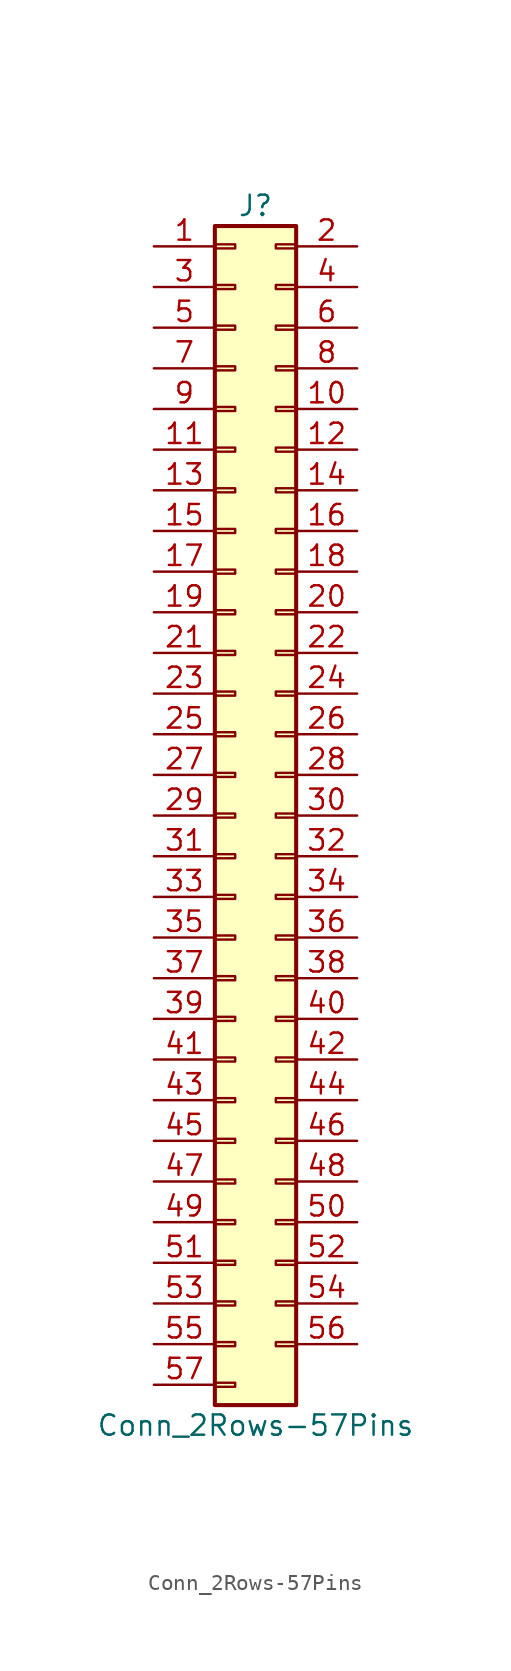
<source format=kicad_sym>
(kicad_symbol_lib
  (version 20200908)
  (generator kicad_symbol_editor)
  (symbol "Connector_Generic:Conn_2Rows-57Pins"
    (pin_names
      (offset 1.016) hide)
    (property "Reference" "J"
      (at 1.27 38.1 0)
      (effects (font (size 1.27 1.27))))
    (property "Value" "Conn_2Rows-57Pins"
      (at 1.27 -38.1 0)
      (effects (font (size 1.27 1.27))))
    (symbol "Conn_2Rows-57Pins_1_1"
      (rectangle (start -1.27 -27.813) (end 0 -28.067) (stroke (width 0.152)) (fill (type none)))
      (rectangle (start -1.27 -30.353) (end 0 -30.607) (stroke (width 0.152)) (fill (type none)))
      (rectangle (start -1.27 -32.893) (end 0 -33.147) (stroke (width 0.152)) (fill (type none)))
      (rectangle (start -1.27 -35.433) (end 0 -35.687) (stroke (width 0.152)) (fill (type none)))
      (rectangle (start -1.27 -4.953) (end 0 -5.207) (stroke (width 0.152)) (fill (type none)))
      (rectangle (start -1.27 -7.493) (end 0 -7.747) (stroke (width 0.152)) (fill (type none)))
      (rectangle (start -1.27 -10.033) (end 0 -10.287) (stroke (width 0.152)) (fill (type none)))
      (rectangle (start -1.27 -12.573) (end 0 -12.827) (stroke (width 0.152)) (fill (type none)))
      (rectangle (start -1.27 -15.113) (end 0 -15.367) (stroke (width 0.152)) (fill (type none)))
      (rectangle (start -1.27 -17.653) (end 0 -17.907) (stroke (width 0.152)) (fill (type none)))
      (rectangle (start -1.27 -20.193) (end 0 -20.447) (stroke (width 0.152)) (fill (type none)))
      (rectangle (start -1.27 -22.733) (end 0 -22.987) (stroke (width 0.152)) (fill (type none)))
      (rectangle (start -1.27 -2.413) (end 0 -2.667) (stroke (width 0.152)) (fill (type none)))
      (rectangle (start -1.27 -25.273) (end 0 -25.527) (stroke (width 0.152)) (fill (type none)))
      (rectangle (start -1.27 25.527) (end 0 25.273) (stroke (width 0.152)) (fill (type none)))
      (rectangle (start -1.27 2.667) (end 0 2.413) (stroke (width 0.152)) (fill (type none)))
      (rectangle (start -1.27 28.067) (end 0 27.813) (stroke (width 0.152)) (fill (type none)))
      (rectangle (start -1.27 30.607) (end 0 30.353) (stroke (width 0.152)) (fill (type none)))
      (rectangle (start -1.27 33.147) (end 0 32.893) (stroke (width 0.152)) (fill (type none)))
      (rectangle (start -1.27 35.687) (end 0 35.433) (stroke (width 0.152)) (fill (type none)))
      (rectangle (start -1.27 36.83) (end 3.81 -36.83) (stroke (width 0.254)) (fill (type background)))
      (rectangle (start -1.27 5.207) (end 0 4.953) (stroke (width 0.152)) (fill (type none)))
      (rectangle (start -1.27 7.747) (end 0 7.493) (stroke (width 0.152)) (fill (type none)))
      (rectangle (start -1.27 10.287) (end 0 10.033) (stroke (width 0.152)) (fill (type none)))
      (rectangle (start -1.27 0.127) (end 0 -0.127) (stroke (width 0.152)) (fill (type none)))
      (rectangle (start -1.27 12.827) (end 0 12.573) (stroke (width 0.152)) (fill (type none)))
      (rectangle (start -1.27 15.367) (end 0 15.113) (stroke (width 0.152)) (fill (type none)))
      (rectangle (start -1.27 17.907) (end 0 17.653) (stroke (width 0.152)) (fill (type none)))
      (rectangle (start -1.27 20.447) (end 0 20.193) (stroke (width 0.152)) (fill (type none)))
      (rectangle (start -1.27 22.987) (end 0 22.733) (stroke (width 0.152)) (fill (type none)))
      (rectangle (start 3.81 -27.813) (end 2.54 -28.067) (stroke (width 0.152)) (fill (type none)))
      (rectangle (start 3.81 -30.353) (end 2.54 -30.607) (stroke (width 0.152)) (fill (type none)))
      (rectangle (start 3.81 -32.893) (end 2.54 -33.147) (stroke (width 0.152)) (fill (type none)))
      (rectangle (start 3.81 -4.953) (end 2.54 -5.207) (stroke (width 0.152)) (fill (type none)))
      (rectangle (start 3.81 -7.493) (end 2.54 -7.747) (stroke (width 0.152)) (fill (type none)))
      (rectangle (start 3.81 -10.033) (end 2.54 -10.287) (stroke (width 0.152)) (fill (type none)))
      (rectangle (start 3.81 -12.573) (end 2.54 -12.827) (stroke (width 0.152)) (fill (type none)))
      (rectangle (start 3.81 -15.113) (end 2.54 -15.367) (stroke (width 0.152)) (fill (type none)))
      (rectangle (start 3.81 -17.653) (end 2.54 -17.907) (stroke (width 0.152)) (fill (type none)))
      (rectangle (start 3.81 -20.193) (end 2.54 -20.447) (stroke (width 0.152)) (fill (type none)))
      (rectangle (start 3.81 -22.733) (end 2.54 -22.987) (stroke (width 0.152)) (fill (type none)))
      (rectangle (start 3.81 -2.413) (end 2.54 -2.667) (stroke (width 0.152)) (fill (type none)))
      (rectangle (start 3.81 -25.273) (end 2.54 -25.527) (stroke (width 0.152)) (fill (type none)))
      (rectangle (start 3.81 25.527) (end 2.54 25.273) (stroke (width 0.152)) (fill (type none)))
      (rectangle (start 3.81 2.667) (end 2.54 2.413) (stroke (width 0.152)) (fill (type none)))
      (rectangle (start 3.81 28.067) (end 2.54 27.813) (stroke (width 0.152)) (fill (type none)))
      (rectangle (start 3.81 30.607) (end 2.54 30.353) (stroke (width 0.152)) (fill (type none)))
      (rectangle (start 3.81 33.147) (end 2.54 32.893) (stroke (width 0.152)) (fill (type none)))
      (rectangle (start 3.81 35.687) (end 2.54 35.433) (stroke (width 0.152)) (fill (type none)))
      (rectangle (start 3.81 5.207) (end 2.54 4.953) (stroke (width 0.152)) (fill (type none)))
      (rectangle (start 3.81 7.747) (end 2.54 7.493) (stroke (width 0.152)) (fill (type none)))
      (rectangle (start 3.81 10.287) (end 2.54 10.033) (stroke (width 0.152)) (fill (type none)))
      (rectangle (start 3.81 0.127) (end 2.54 -0.127) (stroke (width 0.152)) (fill (type none)))
      (rectangle (start 3.81 12.827) (end 2.54 12.573) (stroke (width 0.152)) (fill (type none)))
      (rectangle (start 3.81 15.367) (end 2.54 15.113) (stroke (width 0.152)) (fill (type none)))
      (rectangle (start 3.81 17.907) (end 2.54 17.653) (stroke (width 0.152)) (fill (type none)))
      (rectangle (start 3.81 20.447) (end 2.54 20.193) (stroke (width 0.152)) (fill (type none)))
      (rectangle (start 3.81 22.987) (end 2.54 22.733) (stroke (width 0.152)) (fill (type none)))
      (pin passive line (at -5.08 35.56 0) (length 3.81) (name "Pin_1" (effects (font (size 1.27 1.27)))) (number "1" (effects (font (size 1.27 1.27)))))
      (pin passive line (at 7.62 25.4 180) (length 3.81) (name "Pin_10" (effects (font (size 1.27 1.27)))) (number "10" (effects (font (size 1.27 1.27)))))
      (pin passive line (at -5.08 22.86 0) (length 3.81) (name "Pin_11" (effects (font (size 1.27 1.27)))) (number "11" (effects (font (size 1.27 1.27)))))
      (pin passive line (at 7.62 22.86 180) (length 3.81) (name "Pin_12" (effects (font (size 1.27 1.27)))) (number "12" (effects (font (size 1.27 1.27)))))
      (pin passive line (at -5.08 20.32 0) (length 3.81) (name "Pin_13" (effects (font (size 1.27 1.27)))) (number "13" (effects (font (size 1.27 1.27)))))
      (pin passive line (at 7.62 20.32 180) (length 3.81) (name "Pin_14" (effects (font (size 1.27 1.27)))) (number "14" (effects (font (size 1.27 1.27)))))
      (pin passive line (at -5.08 17.78 0) (length 3.81) (name "Pin_15" (effects (font (size 1.27 1.27)))) (number "15" (effects (font (size 1.27 1.27)))))
      (pin passive line (at 7.62 17.78 180) (length 3.81) (name "Pin_16" (effects (font (size 1.27 1.27)))) (number "16" (effects (font (size 1.27 1.27)))))
      (pin passive line (at -5.08 15.24 0) (length 3.81) (name "Pin_17" (effects (font (size 1.27 1.27)))) (number "17" (effects (font (size 1.27 1.27)))))
      (pin passive line (at 7.62 15.24 180) (length 3.81) (name "Pin_18" (effects (font (size 1.27 1.27)))) (number "18" (effects (font (size 1.27 1.27)))))
      (pin passive line (at -5.08 12.7 0) (length 3.81) (name "Pin_19" (effects (font (size 1.27 1.27)))) (number "19" (effects (font (size 1.27 1.27)))))
      (pin passive line (at 7.62 35.56 180) (length 3.81) (name "Pin_2" (effects (font (size 1.27 1.27)))) (number "2" (effects (font (size 1.27 1.27)))))
      (pin passive line (at 7.62 12.7 180) (length 3.81) (name "Pin_20" (effects (font (size 1.27 1.27)))) (number "20" (effects (font (size 1.27 1.27)))))
      (pin passive line (at -5.08 10.16 0) (length 3.81) (name "Pin_21" (effects (font (size 1.27 1.27)))) (number "21" (effects (font (size 1.27 1.27)))))
      (pin passive line (at 7.62 10.16 180) (length 3.81) (name "Pin_22" (effects (font (size 1.27 1.27)))) (number "22" (effects (font (size 1.27 1.27)))))
      (pin passive line (at -5.08 7.62 0) (length 3.81) (name "Pin_23" (effects (font (size 1.27 1.27)))) (number "23" (effects (font (size 1.27 1.27)))))
      (pin passive line (at 7.62 7.62 180) (length 3.81) (name "Pin_24" (effects (font (size 1.27 1.27)))) (number "24" (effects (font (size 1.27 1.27)))))
      (pin passive line (at -5.08 5.08 0) (length 3.81) (name "Pin_25" (effects (font (size 1.27 1.27)))) (number "25" (effects (font (size 1.27 1.27)))))
      (pin passive line (at 7.62 5.08 180) (length 3.81) (name "Pin_26" (effects (font (size 1.27 1.27)))) (number "26" (effects (font (size 1.27 1.27)))))
      (pin passive line (at -5.08 2.54 0) (length 3.81) (name "Pin_27" (effects (font (size 1.27 1.27)))) (number "27" (effects (font (size 1.27 1.27)))))
      (pin passive line (at 7.62 2.54 180) (length 3.81) (name "Pin_28" (effects (font (size 1.27 1.27)))) (number "28" (effects (font (size 1.27 1.27)))))
      (pin passive line (at -5.08 0 0) (length 3.81) (name "Pin_29" (effects (font (size 1.27 1.27)))) (number "29" (effects (font (size 1.27 1.27)))))
      (pin passive line (at -5.08 33.02 0) (length 3.81) (name "Pin_3" (effects (font (size 1.27 1.27)))) (number "3" (effects (font (size 1.27 1.27)))))
      (pin passive line (at 7.62 0 180) (length 3.81) (name "Pin_30" (effects (font (size 1.27 1.27)))) (number "30" (effects (font (size 1.27 1.27)))))
      (pin passive line (at -5.08 -2.54 0) (length 3.81) (name "Pin_31" (effects (font (size 1.27 1.27)))) (number "31" (effects (font (size 1.27 1.27)))))
      (pin passive line (at 7.62 -2.54 180) (length 3.81) (name "Pin_32" (effects (font (size 1.27 1.27)))) (number "32" (effects (font (size 1.27 1.27)))))
      (pin passive line (at -5.08 -5.08 0) (length 3.81) (name "Pin_33" (effects (font (size 1.27 1.27)))) (number "33" (effects (font (size 1.27 1.27)))))
      (pin passive line (at 7.62 -5.08 180) (length 3.81) (name "Pin_34" (effects (font (size 1.27 1.27)))) (number "34" (effects (font (size 1.27 1.27)))))
      (pin passive line (at -5.08 -7.62 0) (length 3.81) (name "Pin_35" (effects (font (size 1.27 1.27)))) (number "35" (effects (font (size 1.27 1.27)))))
      (pin passive line (at 7.62 -7.62 180) (length 3.81) (name "Pin_36" (effects (font (size 1.27 1.27)))) (number "36" (effects (font (size 1.27 1.27)))))
      (pin passive line (at -5.08 -10.16 0) (length 3.81) (name "Pin_37" (effects (font (size 1.27 1.27)))) (number "37" (effects (font (size 1.27 1.27)))))
      (pin passive line (at 7.62 -10.16 180) (length 3.81) (name "Pin_38" (effects (font (size 1.27 1.27)))) (number "38" (effects (font (size 1.27 1.27)))))
      (pin passive line (at -5.08 -12.7 0) (length 3.81) (name "Pin_39" (effects (font (size 1.27 1.27)))) (number "39" (effects (font (size 1.27 1.27)))))
      (pin passive line (at 7.62 33.02 180) (length 3.81) (name "Pin_4" (effects (font (size 1.27 1.27)))) (number "4" (effects (font (size 1.27 1.27)))))
      (pin passive line (at 7.62 -12.7 180) (length 3.81) (name "Pin_40" (effects (font (size 1.27 1.27)))) (number "40" (effects (font (size 1.27 1.27)))))
      (pin passive line (at -5.08 -15.24 0) (length 3.81) (name "Pin_41" (effects (font (size 1.27 1.27)))) (number "41" (effects (font (size 1.27 1.27)))))
      (pin passive line (at 7.62 -15.24 180) (length 3.81) (name "Pin_42" (effects (font (size 1.27 1.27)))) (number "42" (effects (font (size 1.27 1.27)))))
      (pin passive line (at -5.08 -17.78 0) (length 3.81) (name "Pin_43" (effects (font (size 1.27 1.27)))) (number "43" (effects (font (size 1.27 1.27)))))
      (pin passive line (at 7.62 -17.78 180) (length 3.81) (name "Pin_44" (effects (font (size 1.27 1.27)))) (number "44" (effects (font (size 1.27 1.27)))))
      (pin passive line (at -5.08 -20.32 0) (length 3.81) (name "Pin_45" (effects (font (size 1.27 1.27)))) (number "45" (effects (font (size 1.27 1.27)))))
      (pin passive line (at 7.62 -20.32 180) (length 3.81) (name "Pin_46" (effects (font (size 1.27 1.27)))) (number "46" (effects (font (size 1.27 1.27)))))
      (pin passive line (at -5.08 -22.86 0) (length 3.81) (name "Pin_47" (effects (font (size 1.27 1.27)))) (number "47" (effects (font (size 1.27 1.27)))))
      (pin passive line (at 7.62 -22.86 180) (length 3.81) (name "Pin_48" (effects (font (size 1.27 1.27)))) (number "48" (effects (font (size 1.27 1.27)))))
      (pin passive line (at -5.08 -25.4 0) (length 3.81) (name "Pin_49" (effects (font (size 1.27 1.27)))) (number "49" (effects (font (size 1.27 1.27)))))
      (pin passive line (at -5.08 30.48 0) (length 3.81) (name "Pin_5" (effects (font (size 1.27 1.27)))) (number "5" (effects (font (size 1.27 1.27)))))
      (pin passive line (at 7.62 -25.4 180) (length 3.81) (name "Pin_50" (effects (font (size 1.27 1.27)))) (number "50" (effects (font (size 1.27 1.27)))))
      (pin passive line (at -5.08 -27.94 0) (length 3.81) (name "Pin_51" (effects (font (size 1.27 1.27)))) (number "51" (effects (font (size 1.27 1.27)))))
      (pin passive line (at 7.62 -27.94 180) (length 3.81) (name "Pin_52" (effects (font (size 1.27 1.27)))) (number "52" (effects (font (size 1.27 1.27)))))
      (pin passive line (at -5.08 -30.48 0) (length 3.81) (name "Pin_53" (effects (font (size 1.27 1.27)))) (number "53" (effects (font (size 1.27 1.27)))))
      (pin passive line (at 7.62 -30.48 180) (length 3.81) (name "Pin_54" (effects (font (size 1.27 1.27)))) (number "54" (effects (font (size 1.27 1.27)))))
      (pin passive line (at -5.08 -33.02 0) (length 3.81) (name "Pin_55" (effects (font (size 1.27 1.27)))) (number "55" (effects (font (size 1.27 1.27)))))
      (pin passive line (at 7.62 -33.02 180) (length 3.81) (name "Pin_56" (effects (font (size 1.27 1.27)))) (number "56" (effects (font (size 1.27 1.27)))))
      (pin passive line (at -5.08 -35.56 0) (length 3.81) (name "Pin_57" (effects (font (size 1.27 1.27)))) (number "57" (effects (font (size 1.27 1.27)))))
      (pin passive line (at 7.62 30.48 180) (length 3.81) (name "Pin_6" (effects (font (size 1.27 1.27)))) (number "6" (effects (font (size 1.27 1.27)))))
      (pin passive line (at -5.08 27.94 0) (length 3.81) (name "Pin_7" (effects (font (size 1.27 1.27)))) (number "7" (effects (font (size 1.27 1.27)))))
      (pin passive line (at 7.62 27.94 180) (length 3.81) (name "Pin_8" (effects (font (size 1.27 1.27)))) (number "8" (effects (font (size 1.27 1.27)))))
      (pin passive line (at -5.08 25.4 0) (length 3.81) (name "Pin_9" (effects (font (size 1.27 1.27)))) (number "9" (effects (font (size 1.27 1.27))))))))
</source>
